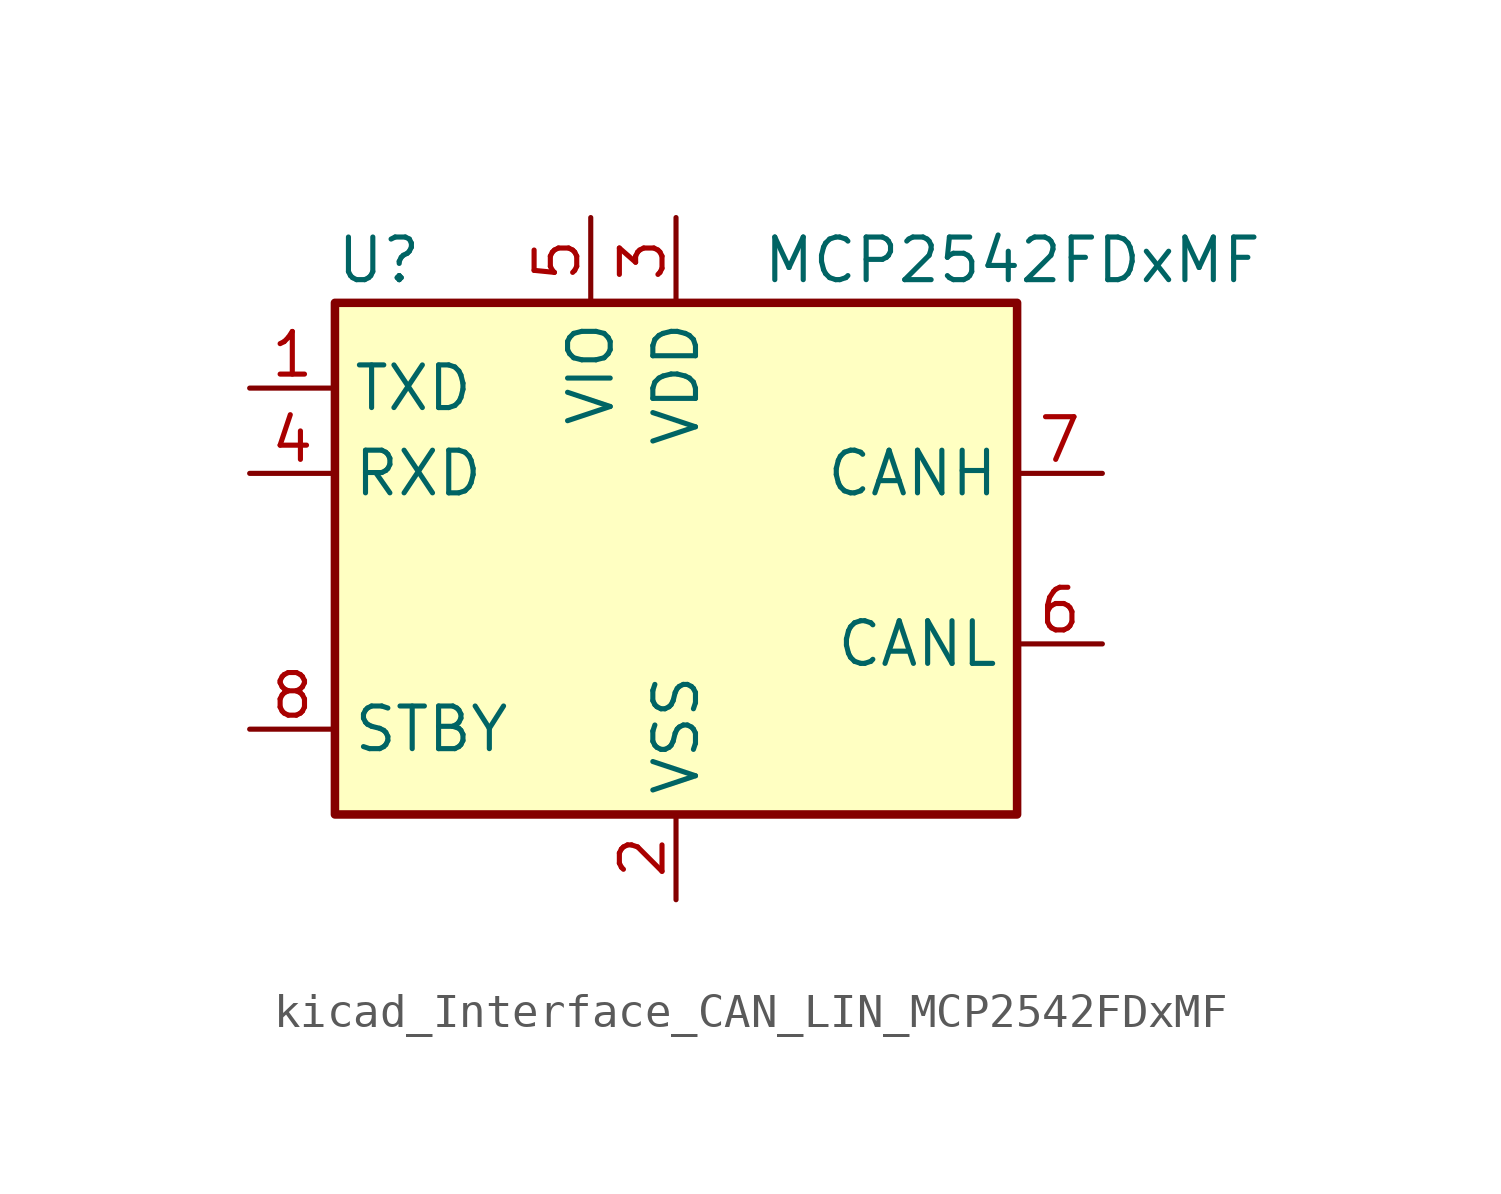
<source format=kicad_sym>
(kicad_symbol_lib
  (version 20220914)
  (generator kicad_symbol_editor)
  (symbol "kicad_Interface_CAN_LIN_MCP2542FDxMF"
    (property "Reference" "U"
      (at -10.16 8.89 0)
      (effects (font (size 1.27 1.27)) (justify left)))
    (property "Value" "MCP2542FDxMF"
      (at 2.54 8.89 0)
      (effects (font (size 1.27 1.27)) (justify left)))
    (symbol "kicad_Interface_CAN_LIN_MCP2542FDxMF_0_1"
      (rectangle (start -10.16 7.62) (end 10.16 -7.62) (stroke (width 0.254) (type default)) (fill (type background))))
    (symbol "kicad_Interface_CAN_LIN_MCP2542FDxMF_1_1"
      (pin input line (at -12.7 5.08 0) (length 2.54) (name "TXD" (effects (font (size 1.27 1.27)))) (number "1" (effects (font (size 1.27 1.27)))))
      (pin power_in line (at 0 -10.16 90) (length 2.54) (name "VSS" (effects (font (size 1.27 1.27)))) (number "2" (effects (font (size 1.27 1.27)))))
      (pin power_in line (at 0 10.16 270) (length 2.54) (name "VDD" (effects (font (size 1.27 1.27)))) (number "3" (effects (font (size 1.27 1.27)))))
      (pin output line (at -12.7 2.54 0) (length 2.54) (name "RXD" (effects (font (size 1.27 1.27)))) (number "4" (effects (font (size 1.27 1.27)))))
      (pin power_in line (at -2.54 10.16 270) (length 2.54) (name "VIO" (effects (font (size 1.27 1.27)))) (number "5" (effects (font (size 1.27 1.27)))))
      (pin bidirectional line (at 12.7 -2.54 180) (length 2.54) (name "CANL" (effects (font (size 1.27 1.27)))) (number "6" (effects (font (size 1.27 1.27)))))
      (pin bidirectional line (at 12.7 2.54 180) (length 2.54) (name "CANH" (effects (font (size 1.27 1.27)))) (number "7" (effects (font (size 1.27 1.27)))))
      (pin input line (at -12.7 -5.08 0) (length 2.54) (name "STBY" (effects (font (size 1.27 1.27)))) (number "8" (effects (font (size 1.27 1.27)))))
      (pin passive line (at 0 -10.16 90) (length 2.54) hide (name "VSS" (effects (font (size 1.27 1.27)))) (number "9" (effects (font (size 1.27 1.27))))))))
</source>
